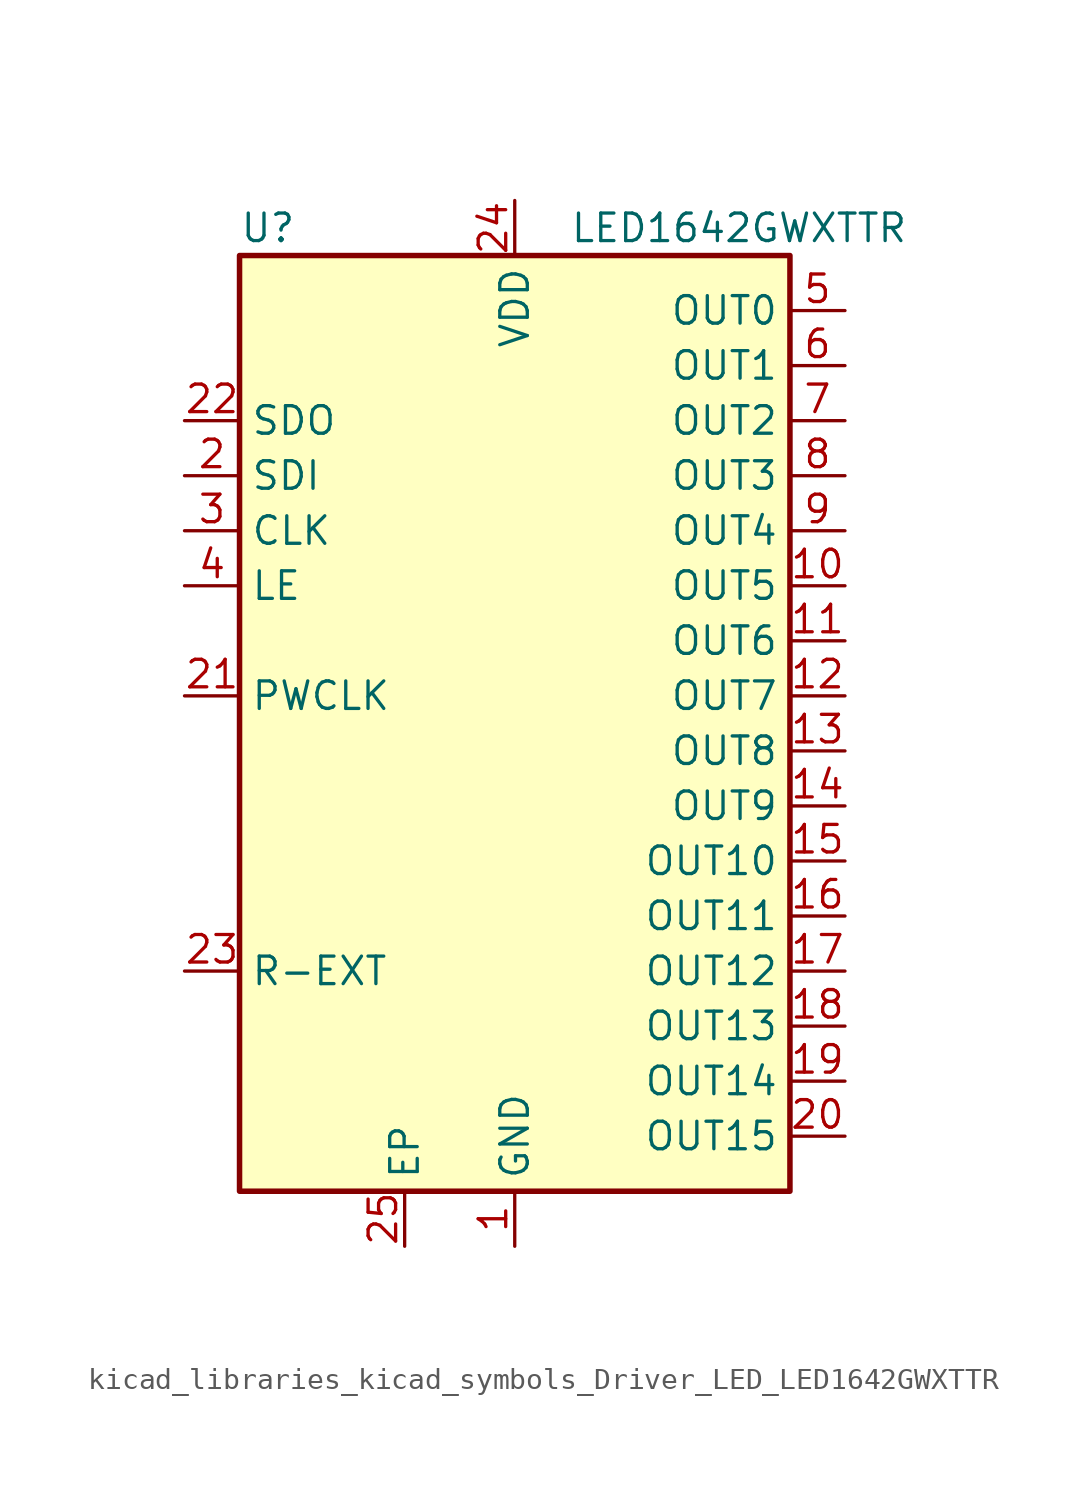
<source format=kicad_sym>
(kicad_symbol_lib
  (version 20220914)
  (generator kicad_symbol_editor)
  (symbol "kicad_libraries_kicad_symbols_Driver_LED_LED1642GWXTTR"
    (property "Reference" "U"
      (at -12.7 21.59 0)
      (effects (font (size 1.27 1.27)) (justify left)))
    (property "Value" "LED1642GWXTTR"
      (at 2.54 21.59 0)
      (effects (font (size 1.27 1.27)) (justify left)))
    (symbol "kicad_libraries_kicad_symbols_Driver_LED_LED1642GWXTTR_0_1"
      (rectangle (start -12.7 20.32) (end 12.7 -22.86) (stroke (width 0.254) (type default)) (fill (type background))))
    (symbol "kicad_libraries_kicad_symbols_Driver_LED_LED1642GWXTTR_1_1"
      (pin power_in line (at 0 -25.4 90) (length 2.54) (name "GND" (effects (font (size 1.27 1.27)))) (number "1" (effects (font (size 1.27 1.27)))))
      (pin output line (at 15.24 5.08 180) (length 2.54) (name "OUT5" (effects (font (size 1.27 1.27)))) (number "10" (effects (font (size 1.27 1.27)))))
      (pin output line (at 15.24 2.54 180) (length 2.54) (name "OUT6" (effects (font (size 1.27 1.27)))) (number "11" (effects (font (size 1.27 1.27)))))
      (pin output line (at 15.24 0 180) (length 2.54) (name "OUT7" (effects (font (size 1.27 1.27)))) (number "12" (effects (font (size 1.27 1.27)))))
      (pin output line (at 15.24 -2.54 180) (length 2.54) (name "OUT8" (effects (font (size 1.27 1.27)))) (number "13" (effects (font (size 1.27 1.27)))))
      (pin output line (at 15.24 -5.08 180) (length 2.54) (name "OUT9" (effects (font (size 1.27 1.27)))) (number "14" (effects (font (size 1.27 1.27)))))
      (pin output line (at 15.24 -7.62 180) (length 2.54) (name "OUT10" (effects (font (size 1.27 1.27)))) (number "15" (effects (font (size 1.27 1.27)))))
      (pin output line (at 15.24 -10.16 180) (length 2.54) (name "OUT11" (effects (font (size 1.27 1.27)))) (number "16" (effects (font (size 1.27 1.27)))))
      (pin output line (at 15.24 -12.7 180) (length 2.54) (name "OUT12" (effects (font (size 1.27 1.27)))) (number "17" (effects (font (size 1.27 1.27)))))
      (pin output line (at 15.24 -15.24 180) (length 2.54) (name "OUT13" (effects (font (size 1.27 1.27)))) (number "18" (effects (font (size 1.27 1.27)))))
      (pin output line (at 15.24 -17.78 180) (length 2.54) (name "OUT14" (effects (font (size 1.27 1.27)))) (number "19" (effects (font (size 1.27 1.27)))))
      (pin input line (at -15.24 10.16 0) (length 2.54) (name "SDI" (effects (font (size 1.27 1.27)))) (number "2" (effects (font (size 1.27 1.27)))))
      (pin output line (at 15.24 -20.32 180) (length 2.54) (name "OUT15" (effects (font (size 1.27 1.27)))) (number "20" (effects (font (size 1.27 1.27)))))
      (pin input line (at -15.24 0 0) (length 2.54) (name "PWCLK" (effects (font (size 1.27 1.27)))) (number "21" (effects (font (size 1.27 1.27)))))
      (pin output line (at -15.24 12.7 0) (length 2.54) (name "SDO" (effects (font (size 1.27 1.27)))) (number "22" (effects (font (size 1.27 1.27)))))
      (pin passive line (at -15.24 -12.7 0) (length 2.54) (name "R-EXT" (effects (font (size 1.27 1.27)))) (number "23" (effects (font (size 1.27 1.27)))))
      (pin power_in line (at 0 22.86 270) (length 2.54) (name "VDD" (effects (font (size 1.27 1.27)))) (number "24" (effects (font (size 1.27 1.27)))))
      (pin passive line (at -5.08 -25.4 90) (length 2.54) (name "EP" (effects (font (size 1.27 1.27)))) (number "25" (effects (font (size 1.27 1.27)))))
      (pin input line (at -15.24 7.62 0) (length 2.54) (name "CLK" (effects (font (size 1.27 1.27)))) (number "3" (effects (font (size 1.27 1.27)))))
      (pin input line (at -15.24 5.08 0) (length 2.54) (name "LE" (effects (font (size 1.27 1.27)))) (number "4" (effects (font (size 1.27 1.27)))))
      (pin output line (at 15.24 17.78 180) (length 2.54) (name "OUT0" (effects (font (size 1.27 1.27)))) (number "5" (effects (font (size 1.27 1.27)))))
      (pin output line (at 15.24 15.24 180) (length 2.54) (name "OUT1" (effects (font (size 1.27 1.27)))) (number "6" (effects (font (size 1.27 1.27)))))
      (pin output line (at 15.24 12.7 180) (length 2.54) (name "OUT2" (effects (font (size 1.27 1.27)))) (number "7" (effects (font (size 1.27 1.27)))))
      (pin output line (at 15.24 10.16 180) (length 2.54) (name "OUT3" (effects (font (size 1.27 1.27)))) (number "8" (effects (font (size 1.27 1.27)))))
      (pin output line (at 15.24 7.62 180) (length 2.54) (name "OUT4" (effects (font (size 1.27 1.27)))) (number "9" (effects (font (size 1.27 1.27))))))))
</source>
